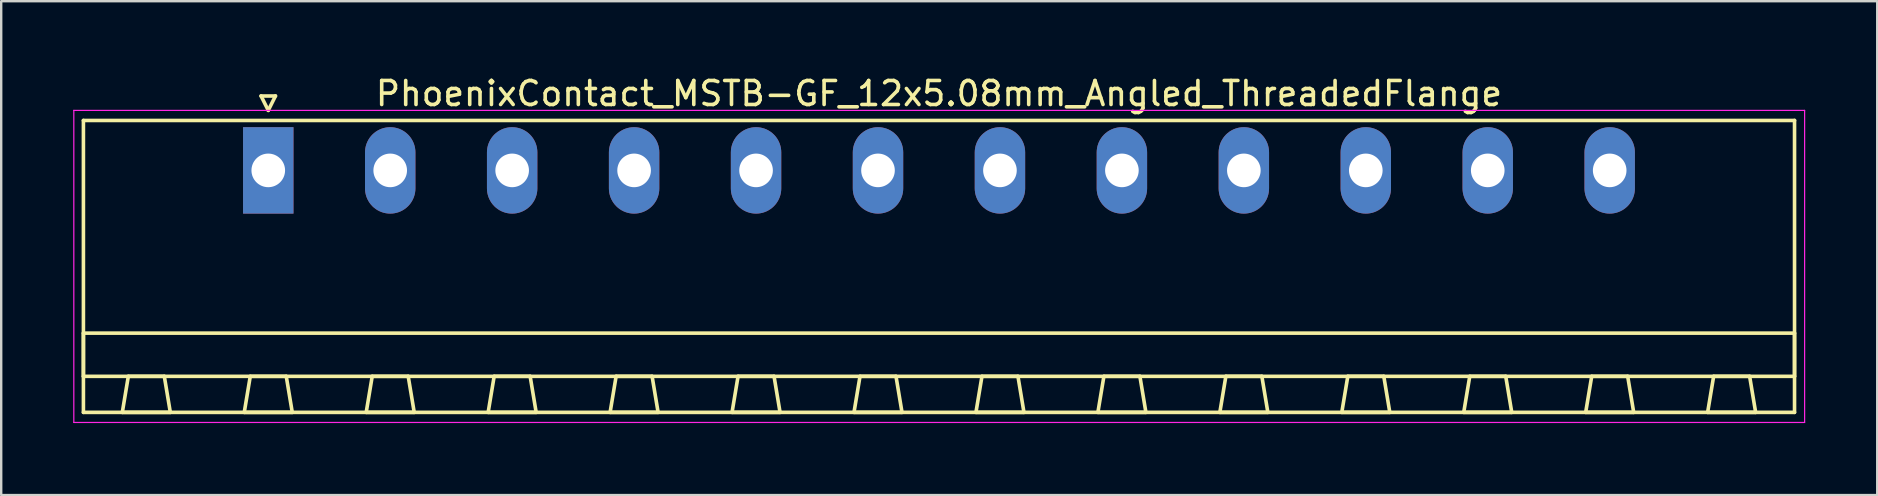
<source format=kicad_pcb>
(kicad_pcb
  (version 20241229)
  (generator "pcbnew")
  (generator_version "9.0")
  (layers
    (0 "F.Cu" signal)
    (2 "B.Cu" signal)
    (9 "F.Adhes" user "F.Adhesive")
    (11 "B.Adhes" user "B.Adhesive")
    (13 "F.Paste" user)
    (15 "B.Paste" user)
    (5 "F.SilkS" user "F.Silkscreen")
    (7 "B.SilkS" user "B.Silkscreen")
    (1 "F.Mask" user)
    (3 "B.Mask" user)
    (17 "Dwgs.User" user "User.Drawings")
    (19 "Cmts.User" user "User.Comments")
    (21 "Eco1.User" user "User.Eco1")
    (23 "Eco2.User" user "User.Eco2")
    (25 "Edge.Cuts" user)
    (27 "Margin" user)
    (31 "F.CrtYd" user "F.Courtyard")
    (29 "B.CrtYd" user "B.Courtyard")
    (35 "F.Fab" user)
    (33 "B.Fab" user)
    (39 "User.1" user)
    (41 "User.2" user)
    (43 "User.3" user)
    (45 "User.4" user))
  (footprint "PhoenixContact_MSTB-GF_12x5.08mm_Angled_ThreadedFlange"
    (layer "F.Cu")
    (at 8.125 4.048)
    (property "Reference" "PhoenixContact_MSTB-GF_12x5.08mm_Angled_ThreadedFlange" (at 27.94 -3.2 0) (layer "F.SilkS") (effects (font (size 1 1) (thickness 0.15))))
    (attr through_hole)
    (fp_line (start -7.7 -2.08) (end -7.7 10.08) (stroke (width 0.15) (type solid)) (layer "F.SilkS"))
    (fp_line (start -7.7 6.78) (end 63.58 6.78) (stroke (width 0.15) (type solid)) (layer "F.SilkS"))
    (fp_line (start -7.7 8.58) (end -7.7 6.78) (stroke (width 0.15) (type solid)) (layer "F.SilkS"))
    (fp_line (start -7.7 10.08) (end 63.58 10.08) (stroke (width 0.15) (type solid)) (layer "F.SilkS"))
    (fp_line (start -6.08 10.08) (end -4.08 10.08) (stroke (width 0.15) (type solid)) (layer "F.SilkS"))
    (fp_line (start -5.83 8.58) (end -6.08 10.08) (stroke (width 0.15) (type solid)) (layer "F.SilkS"))
    (fp_line (start -4.33 8.58) (end -5.83 8.58) (stroke (width 0.15) (type solid)) (layer "F.SilkS"))
    (fp_line (start -4.08 10.08) (end -4.33 8.58) (stroke (width 0.15) (type solid)) (layer "F.SilkS"))
    (fp_line (start -1 10.08) (end 1 10.08) (stroke (width 0.15) (type solid)) (layer "F.SilkS"))
    (fp_line (start -0.75 8.58) (end -1 10.08) (stroke (width 0.15) (type solid)) (layer "F.SilkS"))
    (fp_line (start -0.3 -3.1) (end 0 -2.5) (stroke (width 0.15) (type solid)) (layer "F.SilkS"))
    (fp_line (start 0 -2.5) (end 0.3 -3.1) (stroke (width 0.15) (type solid)) (layer "F.SilkS"))
    (fp_line (start 0.3 -3.1) (end -0.3 -3.1) (stroke (width 0.15) (type solid)) (layer "F.SilkS"))
    (fp_line (start 0.75 8.58) (end -0.75 8.58) (stroke (width 0.15) (type solid)) (layer "F.SilkS"))
    (fp_line (start 1 10.08) (end 0.75 8.58) (stroke (width 0.15) (type solid)) (layer "F.SilkS"))
    (fp_line (start 4.08 10.08) (end 6.08 10.08) (stroke (width 0.15) (type solid)) (layer "F.SilkS"))
    (fp_line (start 4.33 8.58) (end 4.08 10.08) (stroke (width 0.15) (type solid)) (layer "F.SilkS"))
    (fp_line (start 5.83 8.58) (end 4.33 8.58) (stroke (width 0.15) (type solid)) (layer "F.SilkS"))
    (fp_line (start 6.08 10.08) (end 5.83 8.58) (stroke (width 0.15) (type solid)) (layer "F.SilkS"))
    (fp_line (start 9.16 10.08) (end 11.16 10.08) (stroke (width 0.15) (type solid)) (layer "F.SilkS"))
    (fp_line (start 9.41 8.58) (end 9.16 10.08) (stroke (width 0.15) (type solid)) (layer "F.SilkS"))
    (fp_line (start 10.91 8.58) (end 9.41 8.58) (stroke (width 0.15) (type solid)) (layer "F.SilkS"))
    (fp_line (start 11.16 10.08) (end 10.91 8.58) (stroke (width 0.15) (type solid)) (layer "F.SilkS"))
    (fp_line (start 14.24 10.08) (end 16.24 10.08) (stroke (width 0.15) (type solid)) (layer "F.SilkS"))
    (fp_line (start 14.49 8.58) (end 14.24 10.08) (stroke (width 0.15) (type solid)) (layer "F.SilkS"))
    (fp_line (start 15.99 8.58) (end 14.49 8.58) (stroke (width 0.15) (type solid)) (layer "F.SilkS"))
    (fp_line (start 16.24 10.08) (end 15.99 8.58) (stroke (width 0.15) (type solid)) (layer "F.SilkS"))
    (fp_line (start 19.32 10.08) (end 21.32 10.08) (stroke (width 0.15) (type solid)) (layer "F.SilkS"))
    (fp_line (start 19.57 8.58) (end 19.32 10.08) (stroke (width 0.15) (type solid)) (layer "F.SilkS"))
    (fp_line (start 21.07 8.58) (end 19.57 8.58) (stroke (width 0.15) (type solid)) (layer "F.SilkS"))
    (fp_line (start 21.32 10.08) (end 21.07 8.58) (stroke (width 0.15) (type solid)) (layer "F.SilkS"))
    (fp_line (start 24.4 10.08) (end 26.4 10.08) (stroke (width 0.15) (type solid)) (layer "F.SilkS"))
    (fp_line (start 24.65 8.58) (end 24.4 10.08) (stroke (width 0.15) (type solid)) (layer "F.SilkS"))
    (fp_line (start 26.15 8.58) (end 24.65 8.58) (stroke (width 0.15) (type solid)) (layer "F.SilkS"))
    (fp_line (start 26.4 10.08) (end 26.15 8.58) (stroke (width 0.15) (type solid)) (layer "F.SilkS"))
    (fp_line (start 29.48 10.08) (end 31.48 10.08) (stroke (width 0.15) (type solid)) (layer "F.SilkS"))
    (fp_line (start 29.73 8.58) (end 29.48 10.08) (stroke (width 0.15) (type solid)) (layer "F.SilkS"))
    (fp_line (start 31.23 8.58) (end 29.73 8.58) (stroke (width 0.15) (type solid)) (layer "F.SilkS"))
    (fp_line (start 31.48 10.08) (end 31.23 8.58) (stroke (width 0.15) (type solid)) (layer "F.SilkS"))
    (fp_line (start 34.56 10.08) (end 36.56 10.08) (stroke (width 0.15) (type solid)) (layer "F.SilkS"))
    (fp_line (start 34.81 8.58) (end 34.56 10.08) (stroke (width 0.15) (type solid)) (layer "F.SilkS"))
    (fp_line (start 36.31 8.58) (end 34.81 8.58) (stroke (width 0.15) (type solid)) (layer "F.SilkS"))
    (fp_line (start 36.56 10.08) (end 36.31 8.58) (stroke (width 0.15) (type solid)) (layer "F.SilkS"))
    (fp_line (start 39.64 10.08) (end 41.64 10.08) (stroke (width 0.15) (type solid)) (layer "F.SilkS"))
    (fp_line (start 39.89 8.58) (end 39.64 10.08) (stroke (width 0.15) (type solid)) (layer "F.SilkS"))
    (fp_line (start 41.39 8.58) (end 39.89 8.58) (stroke (width 0.15) (type solid)) (layer "F.SilkS"))
    (fp_line (start 41.64 10.08) (end 41.39 8.58) (stroke (width 0.15) (type solid)) (layer "F.SilkS"))
    (fp_line (start 44.72 10.08) (end 46.72 10.08) (stroke (width 0.15) (type solid)) (layer "F.SilkS"))
    (fp_line (start 44.97 8.58) (end 44.72 10.08) (stroke (width 0.15) (type solid)) (layer "F.SilkS"))
    (fp_line (start 46.47 8.58) (end 44.97 8.58) (stroke (width 0.15) (type solid)) (layer "F.SilkS"))
    (fp_line (start 46.72 10.08) (end 46.47 8.58) (stroke (width 0.15) (type solid)) (layer "F.SilkS"))
    (fp_line (start 49.8 10.08) (end 51.8 10.08) (stroke (width 0.15) (type solid)) (layer "F.SilkS"))
    (fp_line (start 50.05 8.58) (end 49.8 10.08) (stroke (width 0.15) (type solid)) (layer "F.SilkS"))
    (fp_line (start 51.55 8.58) (end 50.05 8.58) (stroke (width 0.15) (type solid)) (layer "F.SilkS"))
    (fp_line (start 51.8 10.08) (end 51.55 8.58) (stroke (width 0.15) (type solid)) (layer "F.SilkS"))
    (fp_line (start 54.88 10.08) (end 56.88 10.08) (stroke (width 0.15) (type solid)) (layer "F.SilkS"))
    (fp_line (start 55.13 8.58) (end 54.88 10.08) (stroke (width 0.15) (type solid)) (layer "F.SilkS"))
    (fp_line (start 56.63 8.58) (end 55.13 8.58) (stroke (width 0.15) (type solid)) (layer "F.SilkS"))
    (fp_line (start 56.88 10.08) (end 56.63 8.58) (stroke (width 0.15) (type solid)) (layer "F.SilkS"))
    (fp_line (start 59.96 10.08) (end 61.96 10.08) (stroke (width 0.15) (type solid)) (layer "F.SilkS"))
    (fp_line (start 60.21 8.58) (end 59.96 10.08) (stroke (width 0.15) (type solid)) (layer "F.SilkS"))
    (fp_line (start 61.71 8.58) (end 60.21 8.58) (stroke (width 0.15) (type solid)) (layer "F.SilkS"))
    (fp_line (start 61.96 10.08) (end 61.71 8.58) (stroke (width 0.15) (type solid)) (layer "F.SilkS"))
    (fp_line (start 63.58 -2.08) (end -7.7 -2.08) (stroke (width 0.15) (type solid)) (layer "F.SilkS"))
    (fp_line (start 63.58 6.78) (end 63.58 8.58) (stroke (width 0.15) (type solid)) (layer "F.SilkS"))
    (fp_line (start 63.58 8.58) (end -7.7 8.58) (stroke (width 0.15) (type solid)) (layer "F.SilkS"))
    (fp_line (start 63.58 10.08) (end 63.58 -2.08) (stroke (width 0.15) (type solid)) (layer "F.SilkS"))
    (fp_line (start -8.1 -2.5) (end -8.1 10.5) (stroke (width 0.05) (type solid)) (layer "F.CrtYd"))
    (fp_line (start -8.1 10.5) (end 64 10.5) (stroke (width 0.05) (type solid)) (layer "F.CrtYd"))
    (fp_line (start 64 -2.5) (end -8.1 -2.5) (stroke (width 0.05) (type solid)) (layer "F.CrtYd"))
    (fp_line (start 64 10.5) (end 64 -2.5) (stroke (width 0.05) (type solid)) (layer "F.CrtYd"))
    (pad "1" thru_hole rect (at 0 0) (size 2.1 3.6) (drill 1.4) (layers "*.Cu" "*.Mask"))
    (pad "2" thru_hole oval (at 5.08 0) (size 2.1 3.6) (drill 1.4) (layers "*.Cu" "*.Mask"))
    (pad "3" thru_hole oval (at 10.16 0) (size 2.1 3.6) (drill 1.4) (layers "*.Cu" "*.Mask"))
    (pad "4" thru_hole oval (at 15.24 0) (size 2.1 3.6) (drill 1.4) (layers "*.Cu" "*.Mask"))
    (pad "5" thru_hole oval (at 20.32 0) (size 2.1 3.6) (drill 1.4) (layers "*.Cu" "*.Mask"))
    (pad "6" thru_hole oval (at 25.4 0) (size 2.1 3.6) (drill 1.4) (layers "*.Cu" "*.Mask"))
    (pad "7" thru_hole oval (at 30.48 0) (size 2.1 3.6) (drill 1.4) (layers "*.Cu" "*.Mask"))
    (pad "8" thru_hole oval (at 35.56 0) (size 2.1 3.6) (drill 1.4) (layers "*.Cu" "*.Mask"))
    (pad "9" thru_hole oval (at 40.64 0) (size 2.1 3.6) (drill 1.4) (layers "*.Cu" "*.Mask"))
    (pad "10" thru_hole oval (at 45.72 0) (size 2.1 3.6) (drill 1.4) (layers "*.Cu" "*.Mask"))
    (pad "11" thru_hole oval (at 50.8 0) (size 2.1 3.6) (drill 1.4) (layers "*.Cu" "*.Mask"))
    (pad "12" thru_hole oval (at 55.88 0) (size 2.1 3.6) (drill 1.4) (layers "*.Cu" "*.Mask")))
  (gr_rect
    (start -3 -3)
    (end 75.15 17.573)
    (stroke (width 0.1) (type default))
    (fill no)
    (layer "Edge.Cuts")))
</source>
